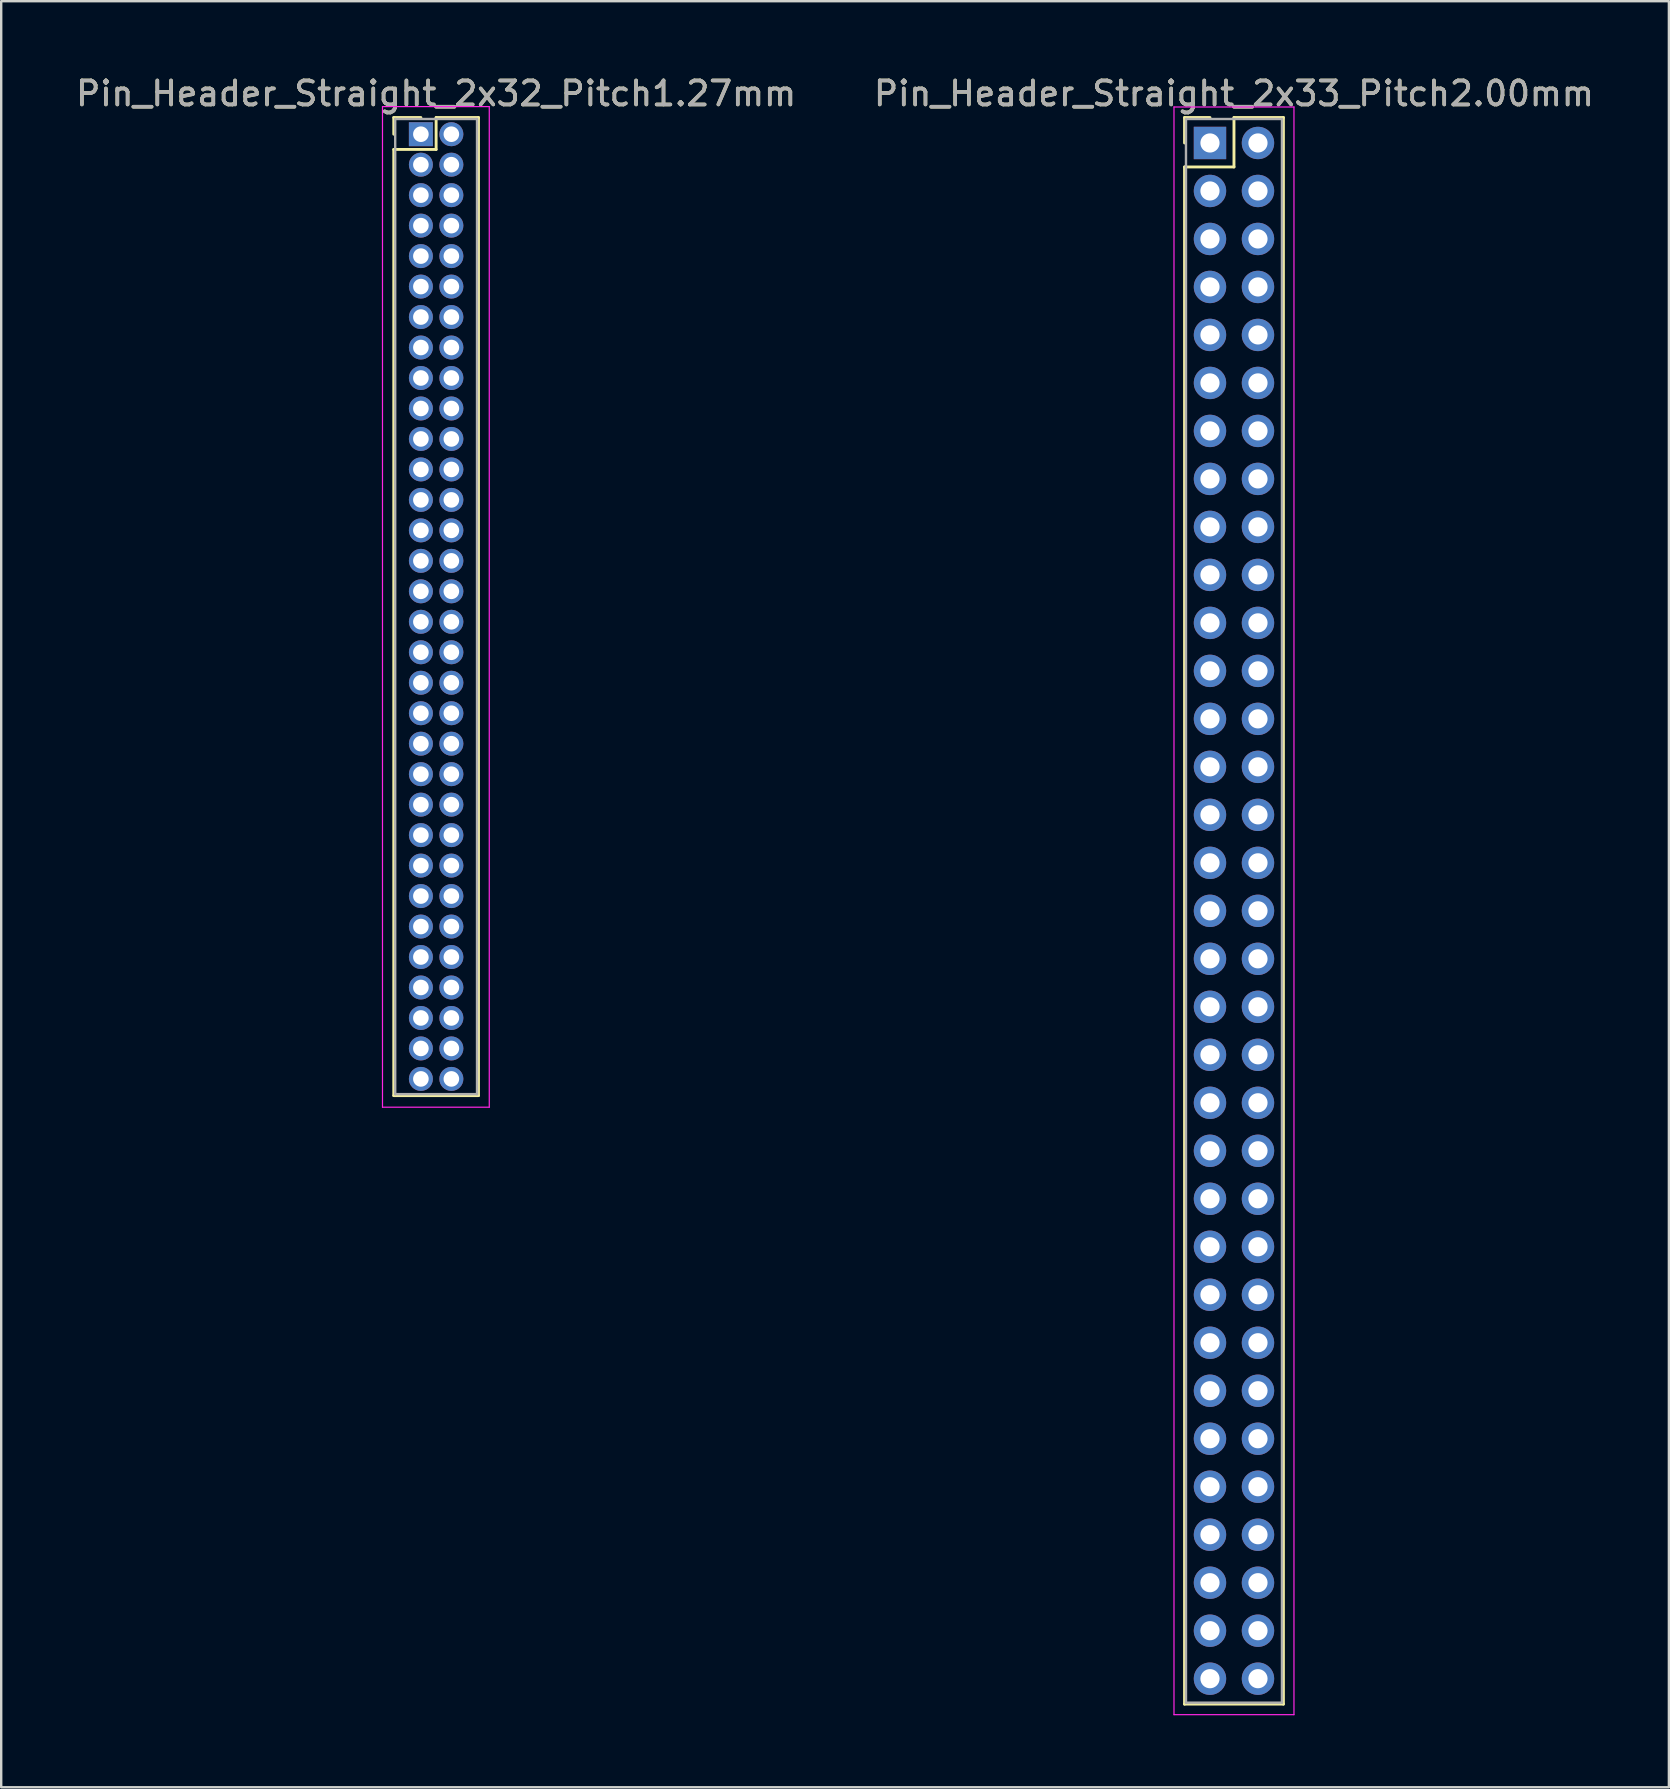
<source format=kicad_pcb>
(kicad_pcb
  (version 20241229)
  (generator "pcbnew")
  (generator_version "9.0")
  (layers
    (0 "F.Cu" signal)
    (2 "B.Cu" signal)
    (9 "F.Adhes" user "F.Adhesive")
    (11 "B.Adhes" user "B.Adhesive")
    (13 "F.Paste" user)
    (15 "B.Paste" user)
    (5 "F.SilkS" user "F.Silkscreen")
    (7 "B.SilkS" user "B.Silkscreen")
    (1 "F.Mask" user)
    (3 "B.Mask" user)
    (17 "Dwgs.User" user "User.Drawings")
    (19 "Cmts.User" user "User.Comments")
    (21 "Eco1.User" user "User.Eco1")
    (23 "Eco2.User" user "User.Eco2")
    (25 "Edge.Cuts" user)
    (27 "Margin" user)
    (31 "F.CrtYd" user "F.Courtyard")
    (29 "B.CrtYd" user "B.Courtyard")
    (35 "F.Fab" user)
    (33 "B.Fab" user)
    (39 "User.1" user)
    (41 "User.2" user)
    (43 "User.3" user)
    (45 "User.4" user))
  (footprint "Pin_Header_Straight_2x32_Pitch1.27mm"
    (layer "F.Cu")
    (at 14.49 2.543)
    (property "Reference" "Pin_Header_Straight_2x32_Pitch1.27mm" (at 0.635 -1.695 0) (layer "F.SilkS") (effects (font (size 1 1) (thickness 0.15))))
    (attr through_hole)
    (fp_line (start -1.13 -0.695) (end 0 -0.695) (stroke (width 0.12) (type solid)) (layer "F.SilkS"))
    (fp_line (start -1.13 0) (end -1.13 -0.695) (stroke (width 0.12) (type solid)) (layer "F.SilkS"))
    (fp_line (start -1.13 0.635) (end -1.13 40.065) (stroke (width 0.12) (type solid)) (layer "F.SilkS"))
    (fp_line (start -1.13 40.065) (end 2.4 40.065) (stroke (width 0.12) (type solid)) (layer "F.SilkS"))
    (fp_line (start 0.635 -0.695) (end 0.635 0.635) (stroke (width 0.12) (type solid)) (layer "F.SilkS"))
    (fp_line (start 0.635 0.635) (end -1.13 0.635) (stroke (width 0.12) (type solid)) (layer "F.SilkS"))
    (fp_line (start 2.4 -0.695) (end 0.635 -0.695) (stroke (width 0.12) (type solid)) (layer "F.SilkS"))
    (fp_line (start 2.4 40.065) (end 2.4 -0.695) (stroke (width 0.12) (type solid)) (layer "F.SilkS"))
    (fp_line (start -1.6 -1.15) (end -1.6 40.55) (stroke (width 0.05) (type solid)) (layer "F.CrtYd"))
    (fp_line (start -1.6 40.55) (end 2.85 40.55) (stroke (width 0.05) (type solid)) (layer "F.CrtYd"))
    (fp_line (start 2.85 -1.15) (end -1.6 -1.15) (stroke (width 0.05) (type solid)) (layer "F.CrtYd"))
    (fp_line (start 2.85 40.55) (end 2.85 -1.15) (stroke (width 0.05) (type solid)) (layer "F.CrtYd"))
    (fp_line (start -1.07 -0.635) (end -1.07 40.005) (stroke (width 0.1) (type solid)) (layer "F.Fab"))
    (fp_line (start -1.07 40.005) (end 2.34 40.005) (stroke (width 0.1) (type solid)) (layer "F.Fab"))
    (fp_line (start 2.34 -0.635) (end -1.07 -0.635) (stroke (width 0.1) (type solid)) (layer "F.Fab"))
    (fp_line (start 2.34 40.005) (end 2.34 -0.635) (stroke (width 0.1) (type solid)) (layer "F.Fab"))
    (fp_text user "${REFERENCE}" (at 0.635 -1.695 0) (layer "F.Fab") (effects (font (size 1 1) (thickness 0.15))))
    (pad "1" thru_hole rect (at 0 0) (size 1 1) (drill 0.65) (layers "*.Cu" "*.Mask"))
    (pad "2" thru_hole oval (at 1.27 0) (size 1 1) (drill 0.65) (layers "*.Cu" "*.Mask"))
    (pad "3" thru_hole oval (at 0 1.27) (size 1 1) (drill 0.65) (layers "*.Cu" "*.Mask"))
    (pad "4" thru_hole oval (at 1.27 1.27) (size 1 1) (drill 0.65) (layers "*.Cu" "*.Mask"))
    (pad "5" thru_hole oval (at 0 2.54) (size 1 1) (drill 0.65) (layers "*.Cu" "*.Mask"))
    (pad "6" thru_hole oval (at 1.27 2.54) (size 1 1) (drill 0.65) (layers "*.Cu" "*.Mask"))
    (pad "7" thru_hole oval (at 0 3.81) (size 1 1) (drill 0.65) (layers "*.Cu" "*.Mask"))
    (pad "8" thru_hole oval (at 1.27 3.81) (size 1 1) (drill 0.65) (layers "*.Cu" "*.Mask"))
    (pad "9" thru_hole oval (at 0 5.08) (size 1 1) (drill 0.65) (layers "*.Cu" "*.Mask"))
    (pad "10" thru_hole oval (at 1.27 5.08) (size 1 1) (drill 0.65) (layers "*.Cu" "*.Mask"))
    (pad "11" thru_hole oval (at 0 6.35) (size 1 1) (drill 0.65) (layers "*.Cu" "*.Mask"))
    (pad "12" thru_hole oval (at 1.27 6.35) (size 1 1) (drill 0.65) (layers "*.Cu" "*.Mask"))
    (pad "13" thru_hole oval (at 0 7.62) (size 1 1) (drill 0.65) (layers "*.Cu" "*.Mask"))
    (pad "14" thru_hole oval (at 1.27 7.62) (size 1 1) (drill 0.65) (layers "*.Cu" "*.Mask"))
    (pad "15" thru_hole oval (at 0 8.89) (size 1 1) (drill 0.65) (layers "*.Cu" "*.Mask"))
    (pad "16" thru_hole oval (at 1.27 8.89) (size 1 1) (drill 0.65) (layers "*.Cu" "*.Mask"))
    (pad "17" thru_hole oval (at 0 10.16) (size 1 1) (drill 0.65) (layers "*.Cu" "*.Mask"))
    (pad "18" thru_hole oval (at 1.27 10.16) (size 1 1) (drill 0.65) (layers "*.Cu" "*.Mask"))
    (pad "19" thru_hole oval (at 0 11.43) (size 1 1) (drill 0.65) (layers "*.Cu" "*.Mask"))
    (pad "20" thru_hole oval (at 1.27 11.43) (size 1 1) (drill 0.65) (layers "*.Cu" "*.Mask"))
    (pad "21" thru_hole oval (at 0 12.7) (size 1 1) (drill 0.65) (layers "*.Cu" "*.Mask"))
    (pad "22" thru_hole oval (at 1.27 12.7) (size 1 1) (drill 0.65) (layers "*.Cu" "*.Mask"))
    (pad "23" thru_hole oval (at 0 13.97) (size 1 1) (drill 0.65) (layers "*.Cu" "*.Mask"))
    (pad "24" thru_hole oval (at 1.27 13.97) (size 1 1) (drill 0.65) (layers "*.Cu" "*.Mask"))
    (pad "25" thru_hole oval (at 0 15.24) (size 1 1) (drill 0.65) (layers "*.Cu" "*.Mask"))
    (pad "26" thru_hole oval (at 1.27 15.24) (size 1 1) (drill 0.65) (layers "*.Cu" "*.Mask"))
    (pad "27" thru_hole oval (at 0 16.51) (size 1 1) (drill 0.65) (layers "*.Cu" "*.Mask"))
    (pad "28" thru_hole oval (at 1.27 16.51) (size 1 1) (drill 0.65) (layers "*.Cu" "*.Mask"))
    (pad "29" thru_hole oval (at 0 17.78) (size 1 1) (drill 0.65) (layers "*.Cu" "*.Mask"))
    (pad "30" thru_hole oval (at 1.27 17.78) (size 1 1) (drill 0.65) (layers "*.Cu" "*.Mask"))
    (pad "31" thru_hole oval (at 0 19.05) (size 1 1) (drill 0.65) (layers "*.Cu" "*.Mask"))
    (pad "32" thru_hole oval (at 1.27 19.05) (size 1 1) (drill 0.65) (layers "*.Cu" "*.Mask"))
    (pad "33" thru_hole oval (at 0 20.32) (size 1 1) (drill 0.65) (layers "*.Cu" "*.Mask"))
    (pad "34" thru_hole oval (at 1.27 20.32) (size 1 1) (drill 0.65) (layers "*.Cu" "*.Mask"))
    (pad "35" thru_hole oval (at 0 21.59) (size 1 1) (drill 0.65) (layers "*.Cu" "*.Mask"))
    (pad "36" thru_hole oval (at 1.27 21.59) (size 1 1) (drill 0.65) (layers "*.Cu" "*.Mask"))
    (pad "37" thru_hole oval (at 0 22.86) (size 1 1) (drill 0.65) (layers "*.Cu" "*.Mask"))
    (pad "38" thru_hole oval (at 1.27 22.86) (size 1 1) (drill 0.65) (layers "*.Cu" "*.Mask"))
    (pad "39" thru_hole oval (at 0 24.13) (size 1 1) (drill 0.65) (layers "*.Cu" "*.Mask"))
    (pad "40" thru_hole oval (at 1.27 24.13) (size 1 1) (drill 0.65) (layers "*.Cu" "*.Mask"))
    (pad "41" thru_hole oval (at 0 25.4) (size 1 1) (drill 0.65) (layers "*.Cu" "*.Mask"))
    (pad "42" thru_hole oval (at 1.27 25.4) (size 1 1) (drill 0.65) (layers "*.Cu" "*.Mask"))
    (pad "43" thru_hole oval (at 0 26.67) (size 1 1) (drill 0.65) (layers "*.Cu" "*.Mask"))
    (pad "44" thru_hole oval (at 1.27 26.67) (size 1 1) (drill 0.65) (layers "*.Cu" "*.Mask"))
    (pad "45" thru_hole oval (at 0 27.94) (size 1 1) (drill 0.65) (layers "*.Cu" "*.Mask"))
    (pad "46" thru_hole oval (at 1.27 27.94) (size 1 1) (drill 0.65) (layers "*.Cu" "*.Mask"))
    (pad "47" thru_hole oval (at 0 29.21) (size 1 1) (drill 0.65) (layers "*.Cu" "*.Mask"))
    (pad "48" thru_hole oval (at 1.27 29.21) (size 1 1) (drill 0.65) (layers "*.Cu" "*.Mask"))
    (pad "49" thru_hole oval (at 0 30.48) (size 1 1) (drill 0.65) (layers "*.Cu" "*.Mask"))
    (pad "50" thru_hole oval (at 1.27 30.48) (size 1 1) (drill 0.65) (layers "*.Cu" "*.Mask"))
    (pad "51" thru_hole oval (at 0 31.75) (size 1 1) (drill 0.65) (layers "*.Cu" "*.Mask"))
    (pad "52" thru_hole oval (at 1.27 31.75) (size 1 1) (drill 0.65) (layers "*.Cu" "*.Mask"))
    (pad "53" thru_hole oval (at 0 33.02) (size 1 1) (drill 0.65) (layers "*.Cu" "*.Mask"))
    (pad "54" thru_hole oval (at 1.27 33.02) (size 1 1) (drill 0.65) (layers "*.Cu" "*.Mask"))
    (pad "55" thru_hole oval (at 0 34.29) (size 1 1) (drill 0.65) (layers "*.Cu" "*.Mask"))
    (pad "56" thru_hole oval (at 1.27 34.29) (size 1 1) (drill 0.65) (layers "*.Cu" "*.Mask"))
    (pad "57" thru_hole oval (at 0 35.56) (size 1 1) (drill 0.65) (layers "*.Cu" "*.Mask"))
    (pad "58" thru_hole oval (at 1.27 35.56) (size 1 1) (drill 0.65) (layers "*.Cu" "*.Mask"))
    (pad "59" thru_hole oval (at 0 36.83) (size 1 1) (drill 0.65) (layers "*.Cu" "*.Mask"))
    (pad "60" thru_hole oval (at 1.27 36.83) (size 1 1) (drill 0.65) (layers "*.Cu" "*.Mask"))
    (pad "61" thru_hole oval (at 0 38.1) (size 1 1) (drill 0.65) (layers "*.Cu" "*.Mask"))
    (pad "62" thru_hole oval (at 1.27 38.1) (size 1 1) (drill 0.65) (layers "*.Cu" "*.Mask"))
    (pad "63" thru_hole oval (at 0 39.37) (size 1 1) (drill 0.65) (layers "*.Cu" "*.Mask"))
    (pad "64" thru_hole oval (at 1.27 39.37) (size 1 1) (drill 0.65) (layers "*.Cu" "*.Mask")))
  (footprint "Pin_Header_Straight_2x33_Pitch2.00mm"
    (layer "F.Cu")
    (at 47.375 2.908)
    (property "Reference" "Pin_Header_Straight_2x33_Pitch2.00mm" (at 1 -2.06 0) (layer "F.SilkS") (effects (font (size 1 1) (thickness 0.15))))
    (attr through_hole)
    (fp_line (start -1.06 -1.06) (end 0 -1.06) (stroke (width 0.12) (type solid)) (layer "F.SilkS"))
    (fp_line (start -1.06 0) (end -1.06 -1.06) (stroke (width 0.12) (type solid)) (layer "F.SilkS"))
    (fp_line (start -1.06 1) (end -1.06 65.06) (stroke (width 0.12) (type solid)) (layer "F.SilkS"))
    (fp_line (start -1.06 65.06) (end 3.06 65.06) (stroke (width 0.12) (type solid)) (layer "F.SilkS"))
    (fp_line (start 1 -1.06) (end 1 1) (stroke (width 0.12) (type solid)) (layer "F.SilkS"))
    (fp_line (start 1 1) (end -1.06 1) (stroke (width 0.12) (type solid)) (layer "F.SilkS"))
    (fp_line (start 3.06 -1.06) (end 1 -1.06) (stroke (width 0.12) (type solid)) (layer "F.SilkS"))
    (fp_line (start 3.06 65.06) (end 3.06 -1.06) (stroke (width 0.12) (type solid)) (layer "F.SilkS"))
    (fp_line (start -1.5 -1.5) (end -1.5 65.5) (stroke (width 0.05) (type solid)) (layer "F.CrtYd"))
    (fp_line (start -1.5 65.5) (end 3.5 65.5) (stroke (width 0.05) (type solid)) (layer "F.CrtYd"))
    (fp_line (start 3.5 -1.5) (end -1.5 -1.5) (stroke (width 0.05) (type solid)) (layer "F.CrtYd"))
    (fp_line (start 3.5 65.5) (end 3.5 -1.5) (stroke (width 0.05) (type solid)) (layer "F.CrtYd"))
    (fp_line (start -1 -1) (end -1 65) (stroke (width 0.1) (type solid)) (layer "F.Fab"))
    (fp_line (start -1 65) (end 3 65) (stroke (width 0.1) (type solid)) (layer "F.Fab"))
    (fp_line (start 3 -1) (end -1 -1) (stroke (width 0.1) (type solid)) (layer "F.Fab"))
    (fp_line (start 3 65) (end 3 -1) (stroke (width 0.1) (type solid)) (layer "F.Fab"))
    (fp_text user "${REFERENCE}" (at 1 -2.06 0) (layer "F.Fab") (effects (font (size 1 1) (thickness 0.15))))
    (pad "1" thru_hole rect (at 0 0) (size 1.35 1.35) (drill 0.8) (layers "*.Cu" "*.Mask"))
    (pad "2" thru_hole oval (at 2 0) (size 1.35 1.35) (drill 0.8) (layers "*.Cu" "*.Mask"))
    (pad "3" thru_hole oval (at 0 2) (size 1.35 1.35) (drill 0.8) (layers "*.Cu" "*.Mask"))
    (pad "4" thru_hole oval (at 2 2) (size 1.35 1.35) (drill 0.8) (layers "*.Cu" "*.Mask"))
    (pad "5" thru_hole oval (at 0 4) (size 1.35 1.35) (drill 0.8) (layers "*.Cu" "*.Mask"))
    (pad "6" thru_hole oval (at 2 4) (size 1.35 1.35) (drill 0.8) (layers "*.Cu" "*.Mask"))
    (pad "7" thru_hole oval (at 0 6) (size 1.35 1.35) (drill 0.8) (layers "*.Cu" "*.Mask"))
    (pad "8" thru_hole oval (at 2 6) (size 1.35 1.35) (drill 0.8) (layers "*.Cu" "*.Mask"))
    (pad "9" thru_hole oval (at 0 8) (size 1.35 1.35) (drill 0.8) (layers "*.Cu" "*.Mask"))
    (pad "10" thru_hole oval (at 2 8) (size 1.35 1.35) (drill 0.8) (layers "*.Cu" "*.Mask"))
    (pad "11" thru_hole oval (at 0 10) (size 1.35 1.35) (drill 0.8) (layers "*.Cu" "*.Mask"))
    (pad "12" thru_hole oval (at 2 10) (size 1.35 1.35) (drill 0.8) (layers "*.Cu" "*.Mask"))
    (pad "13" thru_hole oval (at 0 12) (size 1.35 1.35) (drill 0.8) (layers "*.Cu" "*.Mask"))
    (pad "14" thru_hole oval (at 2 12) (size 1.35 1.35) (drill 0.8) (layers "*.Cu" "*.Mask"))
    (pad "15" thru_hole oval (at 0 14) (size 1.35 1.35) (drill 0.8) (layers "*.Cu" "*.Mask"))
    (pad "16" thru_hole oval (at 2 14) (size 1.35 1.35) (drill 0.8) (layers "*.Cu" "*.Mask"))
    (pad "17" thru_hole oval (at 0 16) (size 1.35 1.35) (drill 0.8) (layers "*.Cu" "*.Mask"))
    (pad "18" thru_hole oval (at 2 16) (size 1.35 1.35) (drill 0.8) (layers "*.Cu" "*.Mask"))
    (pad "19" thru_hole oval (at 0 18) (size 1.35 1.35) (drill 0.8) (layers "*.Cu" "*.Mask"))
    (pad "20" thru_hole oval (at 2 18) (size 1.35 1.35) (drill 0.8) (layers "*.Cu" "*.Mask"))
    (pad "21" thru_hole oval (at 0 20) (size 1.35 1.35) (drill 0.8) (layers "*.Cu" "*.Mask"))
    (pad "22" thru_hole oval (at 2 20) (size 1.35 1.35) (drill 0.8) (layers "*.Cu" "*.Mask"))
    (pad "23" thru_hole oval (at 0 22) (size 1.35 1.35) (drill 0.8) (layers "*.Cu" "*.Mask"))
    (pad "24" thru_hole oval (at 2 22) (size 1.35 1.35) (drill 0.8) (layers "*.Cu" "*.Mask"))
    (pad "25" thru_hole oval (at 0 24) (size 1.35 1.35) (drill 0.8) (layers "*.Cu" "*.Mask"))
    (pad "26" thru_hole oval (at 2 24) (size 1.35 1.35) (drill 0.8) (layers "*.Cu" "*.Mask"))
    (pad "27" thru_hole oval (at 0 26) (size 1.35 1.35) (drill 0.8) (layers "*.Cu" "*.Mask"))
    (pad "28" thru_hole oval (at 2 26) (size 1.35 1.35) (drill 0.8) (layers "*.Cu" "*.Mask"))
    (pad "29" thru_hole oval (at 0 28) (size 1.35 1.35) (drill 0.8) (layers "*.Cu" "*.Mask"))
    (pad "30" thru_hole oval (at 2 28) (size 1.35 1.35) (drill 0.8) (layers "*.Cu" "*.Mask"))
    (pad "31" thru_hole oval (at 0 30) (size 1.35 1.35) (drill 0.8) (layers "*.Cu" "*.Mask"))
    (pad "32" thru_hole oval (at 2 30) (size 1.35 1.35) (drill 0.8) (layers "*.Cu" "*.Mask"))
    (pad "33" thru_hole oval (at 0 32) (size 1.35 1.35) (drill 0.8) (layers "*.Cu" "*.Mask"))
    (pad "34" thru_hole oval (at 2 32) (size 1.35 1.35) (drill 0.8) (layers "*.Cu" "*.Mask"))
    (pad "35" thru_hole oval (at 0 34) (size 1.35 1.35) (drill 0.8) (layers "*.Cu" "*.Mask"))
    (pad "36" thru_hole oval (at 2 34) (size 1.35 1.35) (drill 0.8) (layers "*.Cu" "*.Mask"))
    (pad "37" thru_hole oval (at 0 36) (size 1.35 1.35) (drill 0.8) (layers "*.Cu" "*.Mask"))
    (pad "38" thru_hole oval (at 2 36) (size 1.35 1.35) (drill 0.8) (layers "*.Cu" "*.Mask"))
    (pad "39" thru_hole oval (at 0 38) (size 1.35 1.35) (drill 0.8) (layers "*.Cu" "*.Mask"))
    (pad "40" thru_hole oval (at 2 38) (size 1.35 1.35) (drill 0.8) (layers "*.Cu" "*.Mask"))
    (pad "41" thru_hole oval (at 0 40) (size 1.35 1.35) (drill 0.8) (layers "*.Cu" "*.Mask"))
    (pad "42" thru_hole oval (at 2 40) (size 1.35 1.35) (drill 0.8) (layers "*.Cu" "*.Mask"))
    (pad "43" thru_hole oval (at 0 42) (size 1.35 1.35) (drill 0.8) (layers "*.Cu" "*.Mask"))
    (pad "44" thru_hole oval (at 2 42) (size 1.35 1.35) (drill 0.8) (layers "*.Cu" "*.Mask"))
    (pad "45" thru_hole oval (at 0 44) (size 1.35 1.35) (drill 0.8) (layers "*.Cu" "*.Mask"))
    (pad "46" thru_hole oval (at 2 44) (size 1.35 1.35) (drill 0.8) (layers "*.Cu" "*.Mask"))
    (pad "47" thru_hole oval (at 0 46) (size 1.35 1.35) (drill 0.8) (layers "*.Cu" "*.Mask"))
    (pad "48" thru_hole oval (at 2 46) (size 1.35 1.35) (drill 0.8) (layers "*.Cu" "*.Mask"))
    (pad "49" thru_hole oval (at 0 48) (size 1.35 1.35) (drill 0.8) (layers "*.Cu" "*.Mask"))
    (pad "50" thru_hole oval (at 2 48) (size 1.35 1.35) (drill 0.8) (layers "*.Cu" "*.Mask"))
    (pad "51" thru_hole oval (at 0 50) (size 1.35 1.35) (drill 0.8) (layers "*.Cu" "*.Mask"))
    (pad "52" thru_hole oval (at 2 50) (size 1.35 1.35) (drill 0.8) (layers "*.Cu" "*.Mask"))
    (pad "53" thru_hole oval (at 0 52) (size 1.35 1.35) (drill 0.8) (layers "*.Cu" "*.Mask"))
    (pad "54" thru_hole oval (at 2 52) (size 1.35 1.35) (drill 0.8) (layers "*.Cu" "*.Mask"))
    (pad "55" thru_hole oval (at 0 54) (size 1.35 1.35) (drill 0.8) (layers "*.Cu" "*.Mask"))
    (pad "56" thru_hole oval (at 2 54) (size 1.35 1.35) (drill 0.8) (layers "*.Cu" "*.Mask"))
    (pad "57" thru_hole oval (at 0 56) (size 1.35 1.35) (drill 0.8) (layers "*.Cu" "*.Mask"))
    (pad "58" thru_hole oval (at 2 56) (size 1.35 1.35) (drill 0.8) (layers "*.Cu" "*.Mask"))
    (pad "59" thru_hole oval (at 0 58) (size 1.35 1.35) (drill 0.8) (layers "*.Cu" "*.Mask"))
    (pad "60" thru_hole oval (at 2 58) (size 1.35 1.35) (drill 0.8) (layers "*.Cu" "*.Mask"))
    (pad "61" thru_hole oval (at 0 60) (size 1.35 1.35) (drill 0.8) (layers "*.Cu" "*.Mask"))
    (pad "62" thru_hole oval (at 2 60) (size 1.35 1.35) (drill 0.8) (layers "*.Cu" "*.Mask"))
    (pad "63" thru_hole oval (at 0 62) (size 1.35 1.35) (drill 0.8) (layers "*.Cu" "*.Mask"))
    (pad "64" thru_hole oval (at 2 62) (size 1.35 1.35) (drill 0.8) (layers "*.Cu" "*.Mask"))
    (pad "65" thru_hole oval (at 0 64) (size 1.35 1.35) (drill 0.8) (layers "*.Cu" "*.Mask"))
    (pad "66" thru_hole oval (at 2 64) (size 1.35 1.35) (drill 0.8) (layers "*.Cu" "*.Mask")))
  (gr_rect
    (start -3 -3)
    (end 66.5 71.433)
    (stroke (width 0.1) (type default))
    (fill no)
    (layer "Edge.Cuts")))
</source>
